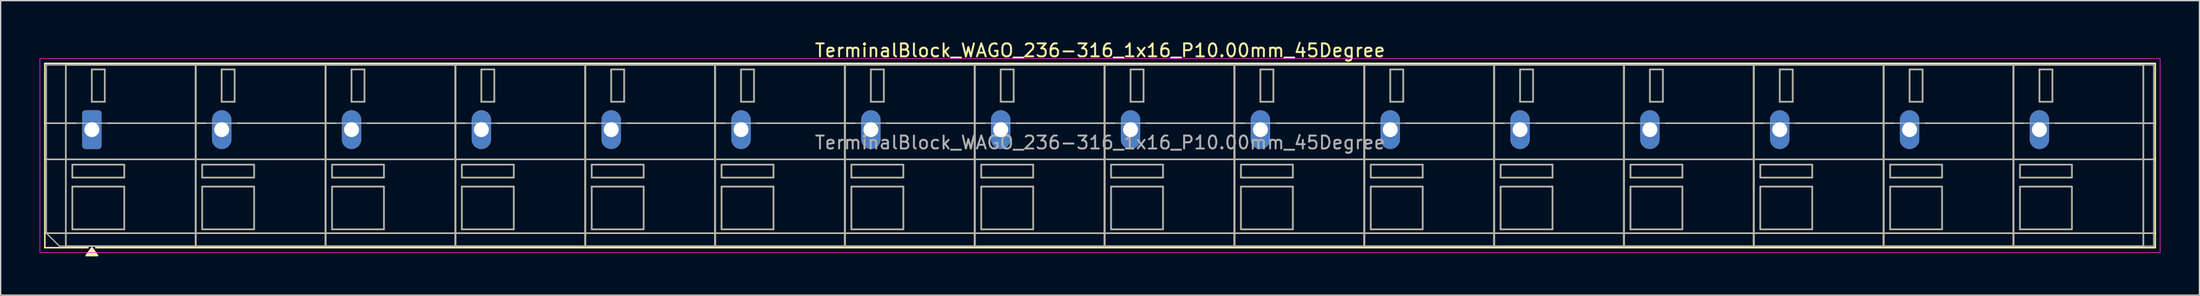
<source format=kicad_pcb>
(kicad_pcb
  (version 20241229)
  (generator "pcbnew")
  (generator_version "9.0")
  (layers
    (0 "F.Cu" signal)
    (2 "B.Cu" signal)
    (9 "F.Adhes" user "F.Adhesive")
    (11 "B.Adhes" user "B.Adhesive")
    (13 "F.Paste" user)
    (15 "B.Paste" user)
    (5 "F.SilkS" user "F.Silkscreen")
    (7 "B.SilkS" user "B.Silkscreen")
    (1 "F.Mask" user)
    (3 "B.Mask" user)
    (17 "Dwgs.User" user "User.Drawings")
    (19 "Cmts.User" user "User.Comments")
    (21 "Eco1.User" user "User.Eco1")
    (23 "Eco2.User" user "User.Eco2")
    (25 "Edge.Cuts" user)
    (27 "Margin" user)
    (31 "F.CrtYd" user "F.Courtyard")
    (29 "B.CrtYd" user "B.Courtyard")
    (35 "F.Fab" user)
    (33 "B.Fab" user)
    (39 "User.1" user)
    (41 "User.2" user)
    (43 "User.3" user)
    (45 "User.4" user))
  (footprint "TerminalBlock_WAGO_236-316_1x16_P10.00mm_45Degree"
    (layer "F.Cu")
    (at 4.025 6.968)
    (property "Reference" "TerminalBlock_WAGO_236-316_1x16_P10.00mm_45Degree" (at 77.65 -6.12 0) (layer "F.SilkS") (effects (font (size 1 1) (thickness 0.15))))
    (attr through_hole)
    (fp_line (start -3.62 -5.12) (end -3.62 9.12) (stroke (width 0.12) (type solid)) (layer "F.SilkS"))
    (fp_line (start -3.62 -5.12) (end 158.92 -5.12) (stroke (width 0.12) (type solid)) (layer "F.SilkS"))
    (fp_line (start -3.62 -0.5) (end -1.23 -0.5) (stroke (width 0.12) (type solid)) (layer "F.SilkS"))
    (fp_line (start -3.62 2.3) (end 158.92 2.3) (stroke (width 0.12) (type solid)) (layer "F.SilkS"))
    (fp_line (start -3.62 8) (end 158.92 8) (stroke (width 0.12) (type solid)) (layer "F.SilkS"))
    (fp_line (start -3.62 9.12) (end -0.3 9.12) (stroke (width 0.12) (type solid)) (layer "F.SilkS"))
    (fp_line (start -2 -5) (end -2 9) (stroke (width 0.12) (type solid)) (layer "F.SilkS"))
    (fp_line (start -2 -5) (end 8 -5) (stroke (width 0.12) (type solid)) (layer "F.SilkS"))
    (fp_line (start -2 9) (end 8 9) (stroke (width 0.12) (type solid)) (layer "F.SilkS"))
    (fp_line (start -1.5 2.7) (end -1.5 3.7) (stroke (width 0.12) (type solid)) (layer "F.SilkS"))
    (fp_line (start -1.5 2.7) (end 2.5 2.7) (stroke (width 0.12) (type solid)) (layer "F.SilkS"))
    (fp_line (start -1.5 3.7) (end 2.5 3.7) (stroke (width 0.12) (type solid)) (layer "F.SilkS"))
    (fp_line (start -1.5 4.4) (end -1.5 7.7) (stroke (width 0.12) (type solid)) (layer "F.SilkS"))
    (fp_line (start -1.5 4.4) (end 2.5 4.4) (stroke (width 0.12) (type solid)) (layer "F.SilkS"))
    (fp_line (start -1.5 7.7) (end 2.5 7.7) (stroke (width 0.12) (type solid)) (layer "F.SilkS"))
    (fp_line (start 0 -4.65) (end 0 -2.15) (stroke (width 0.12) (type solid)) (layer "F.SilkS"))
    (fp_line (start 0 -4.65) (end 1 -4.65) (stroke (width 0.12) (type solid)) (layer "F.SilkS"))
    (fp_line (start 0 -2.15) (end 1 -2.15) (stroke (width 0.12) (type solid)) (layer "F.SilkS"))
    (fp_line (start 0.3 9.12) (end 158.92 9.12) (stroke (width 0.12) (type solid)) (layer "F.SilkS"))
    (fp_line (start 1 -4.65) (end 1 -2.15) (stroke (width 0.12) (type solid)) (layer "F.SilkS"))
    (fp_line (start 1.23 -0.5) (end 8.77 -0.5) (stroke (width 0.12) (type solid)) (layer "F.SilkS"))
    (fp_line (start 2.5 2.7) (end 2.5 3.7) (stroke (width 0.12) (type solid)) (layer "F.SilkS"))
    (fp_line (start 2.5 4.4) (end 2.5 7.7) (stroke (width 0.12) (type solid)) (layer "F.SilkS"))
    (fp_line (start 8 -5) (end 8 9) (stroke (width 0.12) (type solid)) (layer "F.SilkS"))
    (fp_line (start 8 -5) (end 8 9) (stroke (width 0.12) (type solid)) (layer "F.SilkS"))
    (fp_line (start 8 -5) (end 18 -5) (stroke (width 0.12) (type solid)) (layer "F.SilkS"))
    (fp_line (start 8 9) (end 18 9) (stroke (width 0.12) (type solid)) (layer "F.SilkS"))
    (fp_line (start 8.5 2.7) (end 8.5 3.7) (stroke (width 0.12) (type solid)) (layer "F.SilkS"))
    (fp_line (start 8.5 2.7) (end 12.5 2.7) (stroke (width 0.12) (type solid)) (layer "F.SilkS"))
    (fp_line (start 8.5 3.7) (end 12.5 3.7) (stroke (width 0.12) (type solid)) (layer "F.SilkS"))
    (fp_line (start 8.5 4.4) (end 8.5 7.7) (stroke (width 0.12) (type solid)) (layer "F.SilkS"))
    (fp_line (start 8.5 4.4) (end 12.5 4.4) (stroke (width 0.12) (type solid)) (layer "F.SilkS"))
    (fp_line (start 8.5 7.7) (end 12.5 7.7) (stroke (width 0.12) (type solid)) (layer "F.SilkS"))
    (fp_line (start 10 -4.65) (end 10 -2.15) (stroke (width 0.12) (type solid)) (layer "F.SilkS"))
    (fp_line (start 10 -4.65) (end 11 -4.65) (stroke (width 0.12) (type solid)) (layer "F.SilkS"))
    (fp_line (start 10 -2.15) (end 11 -2.15) (stroke (width 0.12) (type solid)) (layer "F.SilkS"))
    (fp_line (start 11 -4.65) (end 11 -2.15) (stroke (width 0.12) (type solid)) (layer "F.SilkS"))
    (fp_line (start 11.23 -0.5) (end 18.77 -0.5) (stroke (width 0.12) (type solid)) (layer "F.SilkS"))
    (fp_line (start 12.5 2.7) (end 12.5 3.7) (stroke (width 0.12) (type solid)) (layer "F.SilkS"))
    (fp_line (start 12.5 4.4) (end 12.5 7.7) (stroke (width 0.12) (type solid)) (layer "F.SilkS"))
    (fp_line (start 18 -5) (end 18 9) (stroke (width 0.12) (type solid)) (layer "F.SilkS"))
    (fp_line (start 18 -5) (end 18 9) (stroke (width 0.12) (type solid)) (layer "F.SilkS"))
    (fp_line (start 18 -5) (end 28 -5) (stroke (width 0.12) (type solid)) (layer "F.SilkS"))
    (fp_line (start 18 9) (end 28 9) (stroke (width 0.12) (type solid)) (layer "F.SilkS"))
    (fp_line (start 18.5 2.7) (end 18.5 3.7) (stroke (width 0.12) (type solid)) (layer "F.SilkS"))
    (fp_line (start 18.5 2.7) (end 22.5 2.7) (stroke (width 0.12) (type solid)) (layer "F.SilkS"))
    (fp_line (start 18.5 3.7) (end 22.5 3.7) (stroke (width 0.12) (type solid)) (layer "F.SilkS"))
    (fp_line (start 18.5 4.4) (end 18.5 7.7) (stroke (width 0.12) (type solid)) (layer "F.SilkS"))
    (fp_line (start 18.5 4.4) (end 22.5 4.4) (stroke (width 0.12) (type solid)) (layer "F.SilkS"))
    (fp_line (start 18.5 7.7) (end 22.5 7.7) (stroke (width 0.12) (type solid)) (layer "F.SilkS"))
    (fp_line (start 20 -4.65) (end 20 -2.15) (stroke (width 0.12) (type solid)) (layer "F.SilkS"))
    (fp_line (start 20 -4.65) (end 21 -4.65) (stroke (width 0.12) (type solid)) (layer "F.SilkS"))
    (fp_line (start 20 -2.15) (end 21 -2.15) (stroke (width 0.12) (type solid)) (layer "F.SilkS"))
    (fp_line (start 21 -4.65) (end 21 -2.15) (stroke (width 0.12) (type solid)) (layer "F.SilkS"))
    (fp_line (start 21.23 -0.5) (end 28.77 -0.5) (stroke (width 0.12) (type solid)) (layer "F.SilkS"))
    (fp_line (start 22.5 2.7) (end 22.5 3.7) (stroke (width 0.12) (type solid)) (layer "F.SilkS"))
    (fp_line (start 22.5 4.4) (end 22.5 7.7) (stroke (width 0.12) (type solid)) (layer "F.SilkS"))
    (fp_line (start 28 -5) (end 28 9) (stroke (width 0.12) (type solid)) (layer "F.SilkS"))
    (fp_line (start 28 -5) (end 28 9) (stroke (width 0.12) (type solid)) (layer "F.SilkS"))
    (fp_line (start 28 -5) (end 38 -5) (stroke (width 0.12) (type solid)) (layer "F.SilkS"))
    (fp_line (start 28 9) (end 38 9) (stroke (width 0.12) (type solid)) (layer "F.SilkS"))
    (fp_line (start 28.5 2.7) (end 28.5 3.7) (stroke (width 0.12) (type solid)) (layer "F.SilkS"))
    (fp_line (start 28.5 2.7) (end 32.5 2.7) (stroke (width 0.12) (type solid)) (layer "F.SilkS"))
    (fp_line (start 28.5 3.7) (end 32.5 3.7) (stroke (width 0.12) (type solid)) (layer "F.SilkS"))
    (fp_line (start 28.5 4.4) (end 28.5 7.7) (stroke (width 0.12) (type solid)) (layer "F.SilkS"))
    (fp_line (start 28.5 4.4) (end 32.5 4.4) (stroke (width 0.12) (type solid)) (layer "F.SilkS"))
    (fp_line (start 28.5 7.7) (end 32.5 7.7) (stroke (width 0.12) (type solid)) (layer "F.SilkS"))
    (fp_line (start 30 -4.65) (end 30 -2.15) (stroke (width 0.12) (type solid)) (layer "F.SilkS"))
    (fp_line (start 30 -4.65) (end 31 -4.65) (stroke (width 0.12) (type solid)) (layer "F.SilkS"))
    (fp_line (start 30 -2.15) (end 31 -2.15) (stroke (width 0.12) (type solid)) (layer "F.SilkS"))
    (fp_line (start 31 -4.65) (end 31 -2.15) (stroke (width 0.12) (type solid)) (layer "F.SilkS"))
    (fp_line (start 31.23 -0.5) (end 38.77 -0.5) (stroke (width 0.12) (type solid)) (layer "F.SilkS"))
    (fp_line (start 32.5 2.7) (end 32.5 3.7) (stroke (width 0.12) (type solid)) (layer "F.SilkS"))
    (fp_line (start 32.5 4.4) (end 32.5 7.7) (stroke (width 0.12) (type solid)) (layer "F.SilkS"))
    (fp_line (start 38 -5) (end 38 9) (stroke (width 0.12) (type solid)) (layer "F.SilkS"))
    (fp_line (start 38 -5) (end 38 9) (stroke (width 0.12) (type solid)) (layer "F.SilkS"))
    (fp_line (start 38 -5) (end 48 -5) (stroke (width 0.12) (type solid)) (layer "F.SilkS"))
    (fp_line (start 38 9) (end 48 9) (stroke (width 0.12) (type solid)) (layer "F.SilkS"))
    (fp_line (start 38.5 2.7) (end 38.5 3.7) (stroke (width 0.12) (type solid)) (layer "F.SilkS"))
    (fp_line (start 38.5 2.7) (end 42.5 2.7) (stroke (width 0.12) (type solid)) (layer "F.SilkS"))
    (fp_line (start 38.5 3.7) (end 42.5 3.7) (stroke (width 0.12) (type solid)) (layer "F.SilkS"))
    (fp_line (start 38.5 4.4) (end 38.5 7.7) (stroke (width 0.12) (type solid)) (layer "F.SilkS"))
    (fp_line (start 38.5 4.4) (end 42.5 4.4) (stroke (width 0.12) (type solid)) (layer "F.SilkS"))
    (fp_line (start 38.5 7.7) (end 42.5 7.7) (stroke (width 0.12) (type solid)) (layer "F.SilkS"))
    (fp_line (start 40 -4.65) (end 40 -2.15) (stroke (width 0.12) (type solid)) (layer "F.SilkS"))
    (fp_line (start 40 -4.65) (end 41 -4.65) (stroke (width 0.12) (type solid)) (layer "F.SilkS"))
    (fp_line (start 40 -2.15) (end 41 -2.15) (stroke (width 0.12) (type solid)) (layer "F.SilkS"))
    (fp_line (start 41 -4.65) (end 41 -2.15) (stroke (width 0.12) (type solid)) (layer "F.SilkS"))
    (fp_line (start 41.23 -0.5) (end 48.77 -0.5) (stroke (width 0.12) (type solid)) (layer "F.SilkS"))
    (fp_line (start 42.5 2.7) (end 42.5 3.7) (stroke (width 0.12) (type solid)) (layer "F.SilkS"))
    (fp_line (start 42.5 4.4) (end 42.5 7.7) (stroke (width 0.12) (type solid)) (layer "F.SilkS"))
    (fp_line (start 48 -5) (end 48 9) (stroke (width 0.12) (type solid)) (layer "F.SilkS"))
    (fp_line (start 48 -5) (end 48 9) (stroke (width 0.12) (type solid)) (layer "F.SilkS"))
    (fp_line (start 48 -5) (end 58 -5) (stroke (width 0.12) (type solid)) (layer "F.SilkS"))
    (fp_line (start 48 9) (end 58 9) (stroke (width 0.12) (type solid)) (layer "F.SilkS"))
    (fp_line (start 48.5 2.7) (end 48.5 3.7) (stroke (width 0.12) (type solid)) (layer "F.SilkS"))
    (fp_line (start 48.5 2.7) (end 52.5 2.7) (stroke (width 0.12) (type solid)) (layer "F.SilkS"))
    (fp_line (start 48.5 3.7) (end 52.5 3.7) (stroke (width 0.12) (type solid)) (layer "F.SilkS"))
    (fp_line (start 48.5 4.4) (end 48.5 7.7) (stroke (width 0.12) (type solid)) (layer "F.SilkS"))
    (fp_line (start 48.5 4.4) (end 52.5 4.4) (stroke (width 0.12) (type solid)) (layer "F.SilkS"))
    (fp_line (start 48.5 7.7) (end 52.5 7.7) (stroke (width 0.12) (type solid)) (layer "F.SilkS"))
    (fp_line (start 50 -4.65) (end 50 -2.15) (stroke (width 0.12) (type solid)) (layer "F.SilkS"))
    (fp_line (start 50 -4.65) (end 51 -4.65) (stroke (width 0.12) (type solid)) (layer "F.SilkS"))
    (fp_line (start 50 -2.15) (end 51 -2.15) (stroke (width 0.12) (type solid)) (layer "F.SilkS"))
    (fp_line (start 51 -4.65) (end 51 -2.15) (stroke (width 0.12) (type solid)) (layer "F.SilkS"))
    (fp_line (start 51.23 -0.5) (end 58.77 -0.5) (stroke (width 0.12) (type solid)) (layer "F.SilkS"))
    (fp_line (start 52.5 2.7) (end 52.5 3.7) (stroke (width 0.12) (type solid)) (layer "F.SilkS"))
    (fp_line (start 52.5 4.4) (end 52.5 7.7) (stroke (width 0.12) (type solid)) (layer "F.SilkS"))
    (fp_line (start 58 -5) (end 58 9) (stroke (width 0.12) (type solid)) (layer "F.SilkS"))
    (fp_line (start 58 -5) (end 58 9) (stroke (width 0.12) (type solid)) (layer "F.SilkS"))
    (fp_line (start 58 -5) (end 68 -5) (stroke (width 0.12) (type solid)) (layer "F.SilkS"))
    (fp_line (start 58 9) (end 68 9) (stroke (width 0.12) (type solid)) (layer "F.SilkS"))
    (fp_line (start 58.5 2.7) (end 58.5 3.7) (stroke (width 0.12) (type solid)) (layer "F.SilkS"))
    (fp_line (start 58.5 2.7) (end 62.5 2.7) (stroke (width 0.12) (type solid)) (layer "F.SilkS"))
    (fp_line (start 58.5 3.7) (end 62.5 3.7) (stroke (width 0.12) (type solid)) (layer "F.SilkS"))
    (fp_line (start 58.5 4.4) (end 58.5 7.7) (stroke (width 0.12) (type solid)) (layer "F.SilkS"))
    (fp_line (start 58.5 4.4) (end 62.5 4.4) (stroke (width 0.12) (type solid)) (layer "F.SilkS"))
    (fp_line (start 58.5 7.7) (end 62.5 7.7) (stroke (width 0.12) (type solid)) (layer "F.SilkS"))
    (fp_line (start 60 -4.65) (end 60 -2.15) (stroke (width 0.12) (type solid)) (layer "F.SilkS"))
    (fp_line (start 60 -4.65) (end 61 -4.65) (stroke (width 0.12) (type solid)) (layer "F.SilkS"))
    (fp_line (start 60 -2.15) (end 61 -2.15) (stroke (width 0.12) (type solid)) (layer "F.SilkS"))
    (fp_line (start 61 -4.65) (end 61 -2.15) (stroke (width 0.12) (type solid)) (layer "F.SilkS"))
    (fp_line (start 61.23 -0.5) (end 68.77 -0.5) (stroke (width 0.12) (type solid)) (layer "F.SilkS"))
    (fp_line (start 62.5 2.7) (end 62.5 3.7) (stroke (width 0.12) (type solid)) (layer "F.SilkS"))
    (fp_line (start 62.5 4.4) (end 62.5 7.7) (stroke (width 0.12) (type solid)) (layer "F.SilkS"))
    (fp_line (start 68 -5) (end 68 9) (stroke (width 0.12) (type solid)) (layer "F.SilkS"))
    (fp_line (start 68 -5) (end 68 9) (stroke (width 0.12) (type solid)) (layer "F.SilkS"))
    (fp_line (start 68 -5) (end 78 -5) (stroke (width 0.12) (type solid)) (layer "F.SilkS"))
    (fp_line (start 68 9) (end 78 9) (stroke (width 0.12) (type solid)) (layer "F.SilkS"))
    (fp_line (start 68.5 2.7) (end 68.5 3.7) (stroke (width 0.12) (type solid)) (layer "F.SilkS"))
    (fp_line (start 68.5 2.7) (end 72.5 2.7) (stroke (width 0.12) (type solid)) (layer "F.SilkS"))
    (fp_line (start 68.5 3.7) (end 72.5 3.7) (stroke (width 0.12) (type solid)) (layer "F.SilkS"))
    (fp_line (start 68.5 4.4) (end 68.5 7.7) (stroke (width 0.12) (type solid)) (layer "F.SilkS"))
    (fp_line (start 68.5 4.4) (end 72.5 4.4) (stroke (width 0.12) (type solid)) (layer "F.SilkS"))
    (fp_line (start 68.5 7.7) (end 72.5 7.7) (stroke (width 0.12) (type solid)) (layer "F.SilkS"))
    (fp_line (start 70 -4.65) (end 70 -2.15) (stroke (width 0.12) (type solid)) (layer "F.SilkS"))
    (fp_line (start 70 -4.65) (end 71 -4.65) (stroke (width 0.12) (type solid)) (layer "F.SilkS"))
    (fp_line (start 70 -2.15) (end 71 -2.15) (stroke (width 0.12) (type solid)) (layer "F.SilkS"))
    (fp_line (start 71 -4.65) (end 71 -2.15) (stroke (width 0.12) (type solid)) (layer "F.SilkS"))
    (fp_line (start 71.23 -0.5) (end 78.77 -0.5) (stroke (width 0.12) (type solid)) (layer "F.SilkS"))
    (fp_line (start 72.5 2.7) (end 72.5 3.7) (stroke (width 0.12) (type solid)) (layer "F.SilkS"))
    (fp_line (start 72.5 4.4) (end 72.5 7.7) (stroke (width 0.12) (type solid)) (layer "F.SilkS"))
    (fp_line (start 78 -5) (end 78 9) (stroke (width 0.12) (type solid)) (layer "F.SilkS"))
    (fp_line (start 78 -5) (end 78 9) (stroke (width 0.12) (type solid)) (layer "F.SilkS"))
    (fp_line (start 78 -5) (end 88 -5) (stroke (width 0.12) (type solid)) (layer "F.SilkS"))
    (fp_line (start 78 9) (end 88 9) (stroke (width 0.12) (type solid)) (layer "F.SilkS"))
    (fp_line (start 78.5 2.7) (end 78.5 3.7) (stroke (width 0.12) (type solid)) (layer "F.SilkS"))
    (fp_line (start 78.5 2.7) (end 82.5 2.7) (stroke (width 0.12) (type solid)) (layer "F.SilkS"))
    (fp_line (start 78.5 3.7) (end 82.5 3.7) (stroke (width 0.12) (type solid)) (layer "F.SilkS"))
    (fp_line (start 78.5 4.4) (end 78.5 7.7) (stroke (width 0.12) (type solid)) (layer "F.SilkS"))
    (fp_line (start 78.5 4.4) (end 82.5 4.4) (stroke (width 0.12) (type solid)) (layer "F.SilkS"))
    (fp_line (start 78.5 7.7) (end 82.5 7.7) (stroke (width 0.12) (type solid)) (layer "F.SilkS"))
    (fp_line (start 80 -4.65) (end 80 -2.15) (stroke (width 0.12) (type solid)) (layer "F.SilkS"))
    (fp_line (start 80 -4.65) (end 81 -4.65) (stroke (width 0.12) (type solid)) (layer "F.SilkS"))
    (fp_line (start 80 -2.15) (end 81 -2.15) (stroke (width 0.12) (type solid)) (layer "F.SilkS"))
    (fp_line (start 81 -4.65) (end 81 -2.15) (stroke (width 0.12) (type solid)) (layer "F.SilkS"))
    (fp_line (start 81.23 -0.5) (end 88.77 -0.5) (stroke (width 0.12) (type solid)) (layer "F.SilkS"))
    (fp_line (start 82.5 2.7) (end 82.5 3.7) (stroke (width 0.12) (type solid)) (layer "F.SilkS"))
    (fp_line (start 82.5 4.4) (end 82.5 7.7) (stroke (width 0.12) (type solid)) (layer "F.SilkS"))
    (fp_line (start 88 -5) (end 88 9) (stroke (width 0.12) (type solid)) (layer "F.SilkS"))
    (fp_line (start 88 -5) (end 88 9) (stroke (width 0.12) (type solid)) (layer "F.SilkS"))
    (fp_line (start 88 -5) (end 98 -5) (stroke (width 0.12) (type solid)) (layer "F.SilkS"))
    (fp_line (start 88 9) (end 98 9) (stroke (width 0.12) (type solid)) (layer "F.SilkS"))
    (fp_line (start 88.5 2.7) (end 88.5 3.7) (stroke (width 0.12) (type solid)) (layer "F.SilkS"))
    (fp_line (start 88.5 2.7) (end 92.5 2.7) (stroke (width 0.12) (type solid)) (layer "F.SilkS"))
    (fp_line (start 88.5 3.7) (end 92.5 3.7) (stroke (width 0.12) (type solid)) (layer "F.SilkS"))
    (fp_line (start 88.5 4.4) (end 88.5 7.7) (stroke (width 0.12) (type solid)) (layer "F.SilkS"))
    (fp_line (start 88.5 4.4) (end 92.5 4.4) (stroke (width 0.12) (type solid)) (layer "F.SilkS"))
    (fp_line (start 88.5 7.7) (end 92.5 7.7) (stroke (width 0.12) (type solid)) (layer "F.SilkS"))
    (fp_line (start 90 -4.65) (end 90 -2.15) (stroke (width 0.12) (type solid)) (layer "F.SilkS"))
    (fp_line (start 90 -4.65) (end 91 -4.65) (stroke (width 0.12) (type solid)) (layer "F.SilkS"))
    (fp_line (start 90 -2.15) (end 91 -2.15) (stroke (width 0.12) (type solid)) (layer "F.SilkS"))
    (fp_line (start 91 -4.65) (end 91 -2.15) (stroke (width 0.12) (type solid)) (layer "F.SilkS"))
    (fp_line (start 91.23 -0.5) (end 98.77 -0.5) (stroke (width 0.12) (type solid)) (layer "F.SilkS"))
    (fp_line (start 92.5 2.7) (end 92.5 3.7) (stroke (width 0.12) (type solid)) (layer "F.SilkS"))
    (fp_line (start 92.5 4.4) (end 92.5 7.7) (stroke (width 0.12) (type solid)) (layer "F.SilkS"))
    (fp_line (start 98 -5) (end 98 9) (stroke (width 0.12) (type solid)) (layer "F.SilkS"))
    (fp_line (start 98 -5) (end 98 9) (stroke (width 0.12) (type solid)) (layer "F.SilkS"))
    (fp_line (start 98 -5) (end 108 -5) (stroke (width 0.12) (type solid)) (layer "F.SilkS"))
    (fp_line (start 98 9) (end 108 9) (stroke (width 0.12) (type solid)) (layer "F.SilkS"))
    (fp_line (start 98.5 2.7) (end 98.5 3.7) (stroke (width 0.12) (type solid)) (layer "F.SilkS"))
    (fp_line (start 98.5 2.7) (end 102.5 2.7) (stroke (width 0.12) (type solid)) (layer "F.SilkS"))
    (fp_line (start 98.5 3.7) (end 102.5 3.7) (stroke (width 0.12) (type solid)) (layer "F.SilkS"))
    (fp_line (start 98.5 4.4) (end 98.5 7.7) (stroke (width 0.12) (type solid)) (layer "F.SilkS"))
    (fp_line (start 98.5 4.4) (end 102.5 4.4) (stroke (width 0.12) (type solid)) (layer "F.SilkS"))
    (fp_line (start 98.5 7.7) (end 102.5 7.7) (stroke (width 0.12) (type solid)) (layer "F.SilkS"))
    (fp_line (start 100 -4.65) (end 100 -2.15) (stroke (width 0.12) (type solid)) (layer "F.SilkS"))
    (fp_line (start 100 -4.65) (end 101 -4.65) (stroke (width 0.12) (type solid)) (layer "F.SilkS"))
    (fp_line (start 100 -2.15) (end 101 -2.15) (stroke (width 0.12) (type solid)) (layer "F.SilkS"))
    (fp_line (start 101 -4.65) (end 101 -2.15) (stroke (width 0.12) (type solid)) (layer "F.SilkS"))
    (fp_line (start 101.23 -0.5) (end 108.77 -0.5) (stroke (width 0.12) (type solid)) (layer "F.SilkS"))
    (fp_line (start 102.5 2.7) (end 102.5 3.7) (stroke (width 0.12) (type solid)) (layer "F.SilkS"))
    (fp_line (start 102.5 4.4) (end 102.5 7.7) (stroke (width 0.12) (type solid)) (layer "F.SilkS"))
    (fp_line (start 108 -5) (end 108 9) (stroke (width 0.12) (type solid)) (layer "F.SilkS"))
    (fp_line (start 108 -5) (end 108 9) (stroke (width 0.12) (type solid)) (layer "F.SilkS"))
    (fp_line (start 108 -5) (end 118 -5) (stroke (width 0.12) (type solid)) (layer "F.SilkS"))
    (fp_line (start 108 9) (end 118 9) (stroke (width 0.12) (type solid)) (layer "F.SilkS"))
    (fp_line (start 108.5 2.7) (end 108.5 3.7) (stroke (width 0.12) (type solid)) (layer "F.SilkS"))
    (fp_line (start 108.5 2.7) (end 112.5 2.7) (stroke (width 0.12) (type solid)) (layer "F.SilkS"))
    (fp_line (start 108.5 3.7) (end 112.5 3.7) (stroke (width 0.12) (type solid)) (layer "F.SilkS"))
    (fp_line (start 108.5 4.4) (end 108.5 7.7) (stroke (width 0.12) (type solid)) (layer "F.SilkS"))
    (fp_line (start 108.5 4.4) (end 112.5 4.4) (stroke (width 0.12) (type solid)) (layer "F.SilkS"))
    (fp_line (start 108.5 7.7) (end 112.5 7.7) (stroke (width 0.12) (type solid)) (layer "F.SilkS"))
    (fp_line (start 110 -4.65) (end 110 -2.15) (stroke (width 0.12) (type solid)) (layer "F.SilkS"))
    (fp_line (start 110 -4.65) (end 111 -4.65) (stroke (width 0.12) (type solid)) (layer "F.SilkS"))
    (fp_line (start 110 -2.15) (end 111 -2.15) (stroke (width 0.12) (type solid)) (layer "F.SilkS"))
    (fp_line (start 111 -4.65) (end 111 -2.15) (stroke (width 0.12) (type solid)) (layer "F.SilkS"))
    (fp_line (start 111.23 -0.5) (end 118.77 -0.5) (stroke (width 0.12) (type solid)) (layer "F.SilkS"))
    (fp_line (start 112.5 2.7) (end 112.5 3.7) (stroke (width 0.12) (type solid)) (layer "F.SilkS"))
    (fp_line (start 112.5 4.4) (end 112.5 7.7) (stroke (width 0.12) (type solid)) (layer "F.SilkS"))
    (fp_line (start 118 -5) (end 118 9) (stroke (width 0.12) (type solid)) (layer "F.SilkS"))
    (fp_line (start 118 -5) (end 118 9) (stroke (width 0.12) (type solid)) (layer "F.SilkS"))
    (fp_line (start 118 -5) (end 128 -5) (stroke (width 0.12) (type solid)) (layer "F.SilkS"))
    (fp_line (start 118 9) (end 128 9) (stroke (width 0.12) (type solid)) (layer "F.SilkS"))
    (fp_line (start 118.5 2.7) (end 118.5 3.7) (stroke (width 0.12) (type solid)) (layer "F.SilkS"))
    (fp_line (start 118.5 2.7) (end 122.5 2.7) (stroke (width 0.12) (type solid)) (layer "F.SilkS"))
    (fp_line (start 118.5 3.7) (end 122.5 3.7) (stroke (width 0.12) (type solid)) (layer "F.SilkS"))
    (fp_line (start 118.5 4.4) (end 118.5 7.7) (stroke (width 0.12) (type solid)) (layer "F.SilkS"))
    (fp_line (start 118.5 4.4) (end 122.5 4.4) (stroke (width 0.12) (type solid)) (layer "F.SilkS"))
    (fp_line (start 118.5 7.7) (end 122.5 7.7) (stroke (width 0.12) (type solid)) (layer "F.SilkS"))
    (fp_line (start 120 -4.65) (end 120 -2.15) (stroke (width 0.12) (type solid)) (layer "F.SilkS"))
    (fp_line (start 120 -4.65) (end 121 -4.65) (stroke (width 0.12) (type solid)) (layer "F.SilkS"))
    (fp_line (start 120 -2.15) (end 121 -2.15) (stroke (width 0.12) (type solid)) (layer "F.SilkS"))
    (fp_line (start 121 -4.65) (end 121 -2.15) (stroke (width 0.12) (type solid)) (layer "F.SilkS"))
    (fp_line (start 121.23 -0.5) (end 128.77 -0.5) (stroke (width 0.12) (type solid)) (layer "F.SilkS"))
    (fp_line (start 122.5 2.7) (end 122.5 3.7) (stroke (width 0.12) (type solid)) (layer "F.SilkS"))
    (fp_line (start 122.5 4.4) (end 122.5 7.7) (stroke (width 0.12) (type solid)) (layer "F.SilkS"))
    (fp_line (start 128 -5) (end 128 9) (stroke (width 0.12) (type solid)) (layer "F.SilkS"))
    (fp_line (start 128 -5) (end 128 9) (stroke (width 0.12) (type solid)) (layer "F.SilkS"))
    (fp_line (start 128 -5) (end 138 -5) (stroke (width 0.12) (type solid)) (layer "F.SilkS"))
    (fp_line (start 128 9) (end 138 9) (stroke (width 0.12) (type solid)) (layer "F.SilkS"))
    (fp_line (start 128.5 2.7) (end 128.5 3.7) (stroke (width 0.12) (type solid)) (layer "F.SilkS"))
    (fp_line (start 128.5 2.7) (end 132.5 2.7) (stroke (width 0.12) (type solid)) (layer "F.SilkS"))
    (fp_line (start 128.5 3.7) (end 132.5 3.7) (stroke (width 0.12) (type solid)) (layer "F.SilkS"))
    (fp_line (start 128.5 4.4) (end 128.5 7.7) (stroke (width 0.12) (type solid)) (layer "F.SilkS"))
    (fp_line (start 128.5 4.4) (end 132.5 4.4) (stroke (width 0.12) (type solid)) (layer "F.SilkS"))
    (fp_line (start 128.5 7.7) (end 132.5 7.7) (stroke (width 0.12) (type solid)) (layer "F.SilkS"))
    (fp_line (start 130 -4.65) (end 130 -2.15) (stroke (width 0.12) (type solid)) (layer "F.SilkS"))
    (fp_line (start 130 -4.65) (end 131 -4.65) (stroke (width 0.12) (type solid)) (layer "F.SilkS"))
    (fp_line (start 130 -2.15) (end 131 -2.15) (stroke (width 0.12) (type solid)) (layer "F.SilkS"))
    (fp_line (start 131 -4.65) (end 131 -2.15) (stroke (width 0.12) (type solid)) (layer "F.SilkS"))
    (fp_line (start 131.23 -0.5) (end 138.77 -0.5) (stroke (width 0.12) (type solid)) (layer "F.SilkS"))
    (fp_line (start 132.5 2.7) (end 132.5 3.7) (stroke (width 0.12) (type solid)) (layer "F.SilkS"))
    (fp_line (start 132.5 4.4) (end 132.5 7.7) (stroke (width 0.12) (type solid)) (layer "F.SilkS"))
    (fp_line (start 138 -5) (end 138 9) (stroke (width 0.12) (type solid)) (layer "F.SilkS"))
    (fp_line (start 138 -5) (end 138 9) (stroke (width 0.12) (type solid)) (layer "F.SilkS"))
    (fp_line (start 138 -5) (end 148 -5) (stroke (width 0.12) (type solid)) (layer "F.SilkS"))
    (fp_line (start 138 9) (end 148 9) (stroke (width 0.12) (type solid)) (layer "F.SilkS"))
    (fp_line (start 138.5 2.7) (end 138.5 3.7) (stroke (width 0.12) (type solid)) (layer "F.SilkS"))
    (fp_line (start 138.5 2.7) (end 142.5 2.7) (stroke (width 0.12) (type solid)) (layer "F.SilkS"))
    (fp_line (start 138.5 3.7) (end 142.5 3.7) (stroke (width 0.12) (type solid)) (layer "F.SilkS"))
    (fp_line (start 138.5 4.4) (end 138.5 7.7) (stroke (width 0.12) (type solid)) (layer "F.SilkS"))
    (fp_line (start 138.5 4.4) (end 142.5 4.4) (stroke (width 0.12) (type solid)) (layer "F.SilkS"))
    (fp_line (start 138.5 7.7) (end 142.5 7.7) (stroke (width 0.12) (type solid)) (layer "F.SilkS"))
    (fp_line (start 140 -4.65) (end 140 -2.15) (stroke (width 0.12) (type solid)) (layer "F.SilkS"))
    (fp_line (start 140 -4.65) (end 141 -4.65) (stroke (width 0.12) (type solid)) (layer "F.SilkS"))
    (fp_line (start 140 -2.15) (end 141 -2.15) (stroke (width 0.12) (type solid)) (layer "F.SilkS"))
    (fp_line (start 141 -4.65) (end 141 -2.15) (stroke (width 0.12) (type solid)) (layer "F.SilkS"))
    (fp_line (start 141.23 -0.5) (end 148.77 -0.5) (stroke (width 0.12) (type solid)) (layer "F.SilkS"))
    (fp_line (start 142.5 2.7) (end 142.5 3.7) (stroke (width 0.12) (type solid)) (layer "F.SilkS"))
    (fp_line (start 142.5 4.4) (end 142.5 7.7) (stroke (width 0.12) (type solid)) (layer "F.SilkS"))
    (fp_line (start 148 -5) (end 148 9) (stroke (width 0.12) (type solid)) (layer "F.SilkS"))
    (fp_line (start 148 -5) (end 148 9) (stroke (width 0.12) (type solid)) (layer "F.SilkS"))
    (fp_line (start 148 -5) (end 158 -5) (stroke (width 0.12) (type solid)) (layer "F.SilkS"))
    (fp_line (start 148 9) (end 158 9) (stroke (width 0.12) (type solid)) (layer "F.SilkS"))
    (fp_line (start 148.5 2.7) (end 148.5 3.7) (stroke (width 0.12) (type solid)) (layer "F.SilkS"))
    (fp_line (start 148.5 2.7) (end 152.5 2.7) (stroke (width 0.12) (type solid)) (layer "F.SilkS"))
    (fp_line (start 148.5 3.7) (end 152.5 3.7) (stroke (width 0.12) (type solid)) (layer "F.SilkS"))
    (fp_line (start 148.5 4.4) (end 148.5 7.7) (stroke (width 0.12) (type solid)) (layer "F.SilkS"))
    (fp_line (start 148.5 4.4) (end 152.5 4.4) (stroke (width 0.12) (type solid)) (layer "F.SilkS"))
    (fp_line (start 148.5 7.7) (end 152.5 7.7) (stroke (width 0.12) (type solid)) (layer "F.SilkS"))
    (fp_line (start 150 -4.65) (end 150 -2.15) (stroke (width 0.12) (type solid)) (layer "F.SilkS"))
    (fp_line (start 150 -4.65) (end 151 -4.65) (stroke (width 0.12) (type solid)) (layer "F.SilkS"))
    (fp_line (start 150 -2.15) (end 151 -2.15) (stroke (width 0.12) (type solid)) (layer "F.SilkS"))
    (fp_line (start 151 -4.65) (end 151 -2.15) (stroke (width 0.12) (type solid)) (layer "F.SilkS"))
    (fp_line (start 151.23 -0.5) (end 158.92 -0.5) (stroke (width 0.12) (type solid)) (layer "F.SilkS"))
    (fp_line (start 152.5 2.7) (end 152.5 3.7) (stroke (width 0.12) (type solid)) (layer "F.SilkS"))
    (fp_line (start 152.5 4.4) (end 152.5 7.7) (stroke (width 0.12) (type solid)) (layer "F.SilkS"))
    (fp_line (start 158 -5) (end 158 9) (stroke (width 0.12) (type solid)) (layer "F.SilkS"))
    (fp_line (start 158.92 -5.12) (end 158.92 9.12) (stroke (width 0.12) (type solid)) (layer "F.SilkS"))
    (fp_poly (pts (xy 0 9.12) (xy 0.44 9.73) (xy -0.44 9.73)) (stroke (width 0.12) (type solid)) (fill yes) (layer "F.SilkS"))
    (fp_line (start -4 -5.5) (end -4 9.5) (stroke (width 0.05) (type solid)) (layer "F.CrtYd"))
    (fp_line (start -4 9.5) (end 159.3 9.5) (stroke (width 0.05) (type solid)) (layer "F.CrtYd"))
    (fp_line (start 159.3 -5.5) (end -4 -5.5) (stroke (width 0.05) (type solid)) (layer "F.CrtYd"))
    (fp_line (start 159.3 9.5) (end 159.3 -5.5) (stroke (width 0.05) (type solid)) (layer "F.CrtYd"))
    (fp_line (start -3.5 -5) (end 158.8 -5) (stroke (width 0.1) (type solid)) (layer "F.Fab"))
    (fp_line (start -3.5 -0.5) (end 158.8 -0.5) (stroke (width 0.1) (type solid)) (layer "F.Fab"))
    (fp_line (start -3.5 2.3) (end 158.8 2.3) (stroke (width 0.1) (type solid)) (layer "F.Fab"))
    (fp_line (start -3.5 8) (end -3.5 -5) (stroke (width 0.1) (type solid)) (layer "F.Fab"))
    (fp_line (start -3.5 8) (end 158.8 8) (stroke (width 0.1) (type solid)) (layer "F.Fab"))
    (fp_line (start -2.5 9) (end -3.5 8) (stroke (width 0.1) (type solid)) (layer "F.Fab"))
    (fp_line (start -2 -5) (end -2 9) (stroke (width 0.1) (type solid)) (layer "F.Fab"))
    (fp_line (start -2 9) (end 8 9) (stroke (width 0.1) (type solid)) (layer "F.Fab"))
    (fp_line (start -1.5 2.7) (end -1.5 3.7) (stroke (width 0.1) (type solid)) (layer "F.Fab"))
    (fp_line (start -1.5 3.7) (end 2.5 3.7) (stroke (width 0.1) (type solid)) (layer "F.Fab"))
    (fp_line (start -1.5 4.4) (end -1.5 7.7) (stroke (width 0.1) (type solid)) (layer "F.Fab"))
    (fp_line (start -1.5 7.7) (end 2.5 7.7) (stroke (width 0.1) (type solid)) (layer "F.Fab"))
    (fp_line (start 0 -4.65) (end 0 -2.15) (stroke (width 0.1) (type solid)) (layer "F.Fab"))
    (fp_line (start 0 -2.15) (end 1 -2.15) (stroke (width 0.1) (type solid)) (layer "F.Fab"))
    (fp_line (start 1 -4.65) (end 0 -4.65) (stroke (width 0.1) (type solid)) (layer "F.Fab"))
    (fp_line (start 1 -2.15) (end 1 -4.65) (stroke (width 0.1) (type solid)) (layer "F.Fab"))
    (fp_line (start 2.5 2.7) (end -1.5 2.7) (stroke (width 0.1) (type solid)) (layer "F.Fab"))
    (fp_line (start 2.5 3.7) (end 2.5 2.7) (stroke (width 0.1) (type solid)) (layer "F.Fab"))
    (fp_line (start 2.5 4.4) (end -1.5 4.4) (stroke (width 0.1) (type solid)) (layer "F.Fab"))
    (fp_line (start 2.5 7.7) (end 2.5 4.4) (stroke (width 0.1) (type solid)) (layer "F.Fab"))
    (fp_line (start 8 -5) (end -2 -5) (stroke (width 0.1) (type solid)) (layer "F.Fab"))
    (fp_line (start 8 -5) (end 8 9) (stroke (width 0.1) (type solid)) (layer "F.Fab"))
    (fp_line (start 8 9) (end 8 -5) (stroke (width 0.1) (type solid)) (layer "F.Fab"))
    (fp_line (start 8 9) (end 18 9) (stroke (width 0.1) (type solid)) (layer "F.Fab"))
    (fp_line (start 8.5 2.7) (end 8.5 3.7) (stroke (width 0.1) (type solid)) (layer "F.Fab"))
    (fp_line (start 8.5 3.7) (end 12.5 3.7) (stroke (width 0.1) (type solid)) (layer "F.Fab"))
    (fp_line (start 8.5 4.4) (end 8.5 7.7) (stroke (width 0.1) (type solid)) (layer "F.Fab"))
    (fp_line (start 8.5 7.7) (end 12.5 7.7) (stroke (width 0.1) (type solid)) (layer "F.Fab"))
    (fp_line (start 10 -4.65) (end 10 -2.15) (stroke (width 0.1) (type solid)) (layer "F.Fab"))
    (fp_line (start 10 -2.15) (end 11 -2.15) (stroke (width 0.1) (type solid)) (layer "F.Fab"))
    (fp_line (start 11 -4.65) (end 10 -4.65) (stroke (width 0.1) (type solid)) (layer "F.Fab"))
    (fp_line (start 11 -2.15) (end 11 -4.65) (stroke (width 0.1) (type solid)) (layer "F.Fab"))
    (fp_line (start 12.5 2.7) (end 8.5 2.7) (stroke (width 0.1) (type solid)) (layer "F.Fab"))
    (fp_line (start 12.5 3.7) (end 12.5 2.7) (stroke (width 0.1) (type solid)) (layer "F.Fab"))
    (fp_line (start 12.5 4.4) (end 8.5 4.4) (stroke (width 0.1) (type solid)) (layer "F.Fab"))
    (fp_line (start 12.5 7.7) (end 12.5 4.4) (stroke (width 0.1) (type solid)) (layer "F.Fab"))
    (fp_line (start 18 -5) (end 8 -5) (stroke (width 0.1) (type solid)) (layer "F.Fab"))
    (fp_line (start 18 -5) (end 18 9) (stroke (width 0.1) (type solid)) (layer "F.Fab"))
    (fp_line (start 18 9) (end 18 -5) (stroke (width 0.1) (type solid)) (layer "F.Fab"))
    (fp_line (start 18 9) (end 28 9) (stroke (width 0.1) (type solid)) (layer "F.Fab"))
    (fp_line (start 18.5 2.7) (end 18.5 3.7) (stroke (width 0.1) (type solid)) (layer "F.Fab"))
    (fp_line (start 18.5 3.7) (end 22.5 3.7) (stroke (width 0.1) (type solid)) (layer "F.Fab"))
    (fp_line (start 18.5 4.4) (end 18.5 7.7) (stroke (width 0.1) (type solid)) (layer "F.Fab"))
    (fp_line (start 18.5 7.7) (end 22.5 7.7) (stroke (width 0.1) (type solid)) (layer "F.Fab"))
    (fp_line (start 20 -4.65) (end 20 -2.15) (stroke (width 0.1) (type solid)) (layer "F.Fab"))
    (fp_line (start 20 -2.15) (end 21 -2.15) (stroke (width 0.1) (type solid)) (layer "F.Fab"))
    (fp_line (start 21 -4.65) (end 20 -4.65) (stroke (width 0.1) (type solid)) (layer "F.Fab"))
    (fp_line (start 21 -2.15) (end 21 -4.65) (stroke (width 0.1) (type solid)) (layer "F.Fab"))
    (fp_line (start 22.5 2.7) (end 18.5 2.7) (stroke (width 0.1) (type solid)) (layer "F.Fab"))
    (fp_line (start 22.5 3.7) (end 22.5 2.7) (stroke (width 0.1) (type solid)) (layer "F.Fab"))
    (fp_line (start 22.5 4.4) (end 18.5 4.4) (stroke (width 0.1) (type solid)) (layer "F.Fab"))
    (fp_line (start 22.5 7.7) (end 22.5 4.4) (stroke (width 0.1) (type solid)) (layer "F.Fab"))
    (fp_line (start 28 -5) (end 18 -5) (stroke (width 0.1) (type solid)) (layer "F.Fab"))
    (fp_line (start 28 -5) (end 28 9) (stroke (width 0.1) (type solid)) (layer "F.Fab"))
    (fp_line (start 28 9) (end 28 -5) (stroke (width 0.1) (type solid)) (layer "F.Fab"))
    (fp_line (start 28 9) (end 38 9) (stroke (width 0.1) (type solid)) (layer "F.Fab"))
    (fp_line (start 28.5 2.7) (end 28.5 3.7) (stroke (width 0.1) (type solid)) (layer "F.Fab"))
    (fp_line (start 28.5 3.7) (end 32.5 3.7) (stroke (width 0.1) (type solid)) (layer "F.Fab"))
    (fp_line (start 28.5 4.4) (end 28.5 7.7) (stroke (width 0.1) (type solid)) (layer "F.Fab"))
    (fp_line (start 28.5 7.7) (end 32.5 7.7) (stroke (width 0.1) (type solid)) (layer "F.Fab"))
    (fp_line (start 30 -4.65) (end 30 -2.15) (stroke (width 0.1) (type solid)) (layer "F.Fab"))
    (fp_line (start 30 -2.15) (end 31 -2.15) (stroke (width 0.1) (type solid)) (layer "F.Fab"))
    (fp_line (start 31 -4.65) (end 30 -4.65) (stroke (width 0.1) (type solid)) (layer "F.Fab"))
    (fp_line (start 31 -2.15) (end 31 -4.65) (stroke (width 0.1) (type solid)) (layer "F.Fab"))
    (fp_line (start 32.5 2.7) (end 28.5 2.7) (stroke (width 0.1) (type solid)) (layer "F.Fab"))
    (fp_line (start 32.5 3.7) (end 32.5 2.7) (stroke (width 0.1) (type solid)) (layer "F.Fab"))
    (fp_line (start 32.5 4.4) (end 28.5 4.4) (stroke (width 0.1) (type solid)) (layer "F.Fab"))
    (fp_line (start 32.5 7.7) (end 32.5 4.4) (stroke (width 0.1) (type solid)) (layer "F.Fab"))
    (fp_line (start 38 -5) (end 28 -5) (stroke (width 0.1) (type solid)) (layer "F.Fab"))
    (fp_line (start 38 -5) (end 38 9) (stroke (width 0.1) (type solid)) (layer "F.Fab"))
    (fp_line (start 38 9) (end 38 -5) (stroke (width 0.1) (type solid)) (layer "F.Fab"))
    (fp_line (start 38 9) (end 48 9) (stroke (width 0.1) (type solid)) (layer "F.Fab"))
    (fp_line (start 38.5 2.7) (end 38.5 3.7) (stroke (width 0.1) (type solid)) (layer "F.Fab"))
    (fp_line (start 38.5 3.7) (end 42.5 3.7) (stroke (width 0.1) (type solid)) (layer "F.Fab"))
    (fp_line (start 38.5 4.4) (end 38.5 7.7) (stroke (width 0.1) (type solid)) (layer "F.Fab"))
    (fp_line (start 38.5 7.7) (end 42.5 7.7) (stroke (width 0.1) (type solid)) (layer "F.Fab"))
    (fp_line (start 40 -4.65) (end 40 -2.15) (stroke (width 0.1) (type solid)) (layer "F.Fab"))
    (fp_line (start 40 -2.15) (end 41 -2.15) (stroke (width 0.1) (type solid)) (layer "F.Fab"))
    (fp_line (start 41 -4.65) (end 40 -4.65) (stroke (width 0.1) (type solid)) (layer "F.Fab"))
    (fp_line (start 41 -2.15) (end 41 -4.65) (stroke (width 0.1) (type solid)) (layer "F.Fab"))
    (fp_line (start 42.5 2.7) (end 38.5 2.7) (stroke (width 0.1) (type solid)) (layer "F.Fab"))
    (fp_line (start 42.5 3.7) (end 42.5 2.7) (stroke (width 0.1) (type solid)) (layer "F.Fab"))
    (fp_line (start 42.5 4.4) (end 38.5 4.4) (stroke (width 0.1) (type solid)) (layer "F.Fab"))
    (fp_line (start 42.5 7.7) (end 42.5 4.4) (stroke (width 0.1) (type solid)) (layer "F.Fab"))
    (fp_line (start 48 -5) (end 38 -5) (stroke (width 0.1) (type solid)) (layer "F.Fab"))
    (fp_line (start 48 -5) (end 48 9) (stroke (width 0.1) (type solid)) (layer "F.Fab"))
    (fp_line (start 48 9) (end 48 -5) (stroke (width 0.1) (type solid)) (layer "F.Fab"))
    (fp_line (start 48 9) (end 58 9) (stroke (width 0.1) (type solid)) (layer "F.Fab"))
    (fp_line (start 48.5 2.7) (end 48.5 3.7) (stroke (width 0.1) (type solid)) (layer "F.Fab"))
    (fp_line (start 48.5 3.7) (end 52.5 3.7) (stroke (width 0.1) (type solid)) (layer "F.Fab"))
    (fp_line (start 48.5 4.4) (end 48.5 7.7) (stroke (width 0.1) (type solid)) (layer "F.Fab"))
    (fp_line (start 48.5 7.7) (end 52.5 7.7) (stroke (width 0.1) (type solid)) (layer "F.Fab"))
    (fp_line (start 50 -4.65) (end 50 -2.15) (stroke (width 0.1) (type solid)) (layer "F.Fab"))
    (fp_line (start 50 -2.15) (end 51 -2.15) (stroke (width 0.1) (type solid)) (layer "F.Fab"))
    (fp_line (start 51 -4.65) (end 50 -4.65) (stroke (width 0.1) (type solid)) (layer "F.Fab"))
    (fp_line (start 51 -2.15) (end 51 -4.65) (stroke (width 0.1) (type solid)) (layer "F.Fab"))
    (fp_line (start 52.5 2.7) (end 48.5 2.7) (stroke (width 0.1) (type solid)) (layer "F.Fab"))
    (fp_line (start 52.5 3.7) (end 52.5 2.7) (stroke (width 0.1) (type solid)) (layer "F.Fab"))
    (fp_line (start 52.5 4.4) (end 48.5 4.4) (stroke (width 0.1) (type solid)) (layer "F.Fab"))
    (fp_line (start 52.5 7.7) (end 52.5 4.4) (stroke (width 0.1) (type solid)) (layer "F.Fab"))
    (fp_line (start 58 -5) (end 48 -5) (stroke (width 0.1) (type solid)) (layer "F.Fab"))
    (fp_line (start 58 -5) (end 58 9) (stroke (width 0.1) (type solid)) (layer "F.Fab"))
    (fp_line (start 58 9) (end 58 -5) (stroke (width 0.1) (type solid)) (layer "F.Fab"))
    (fp_line (start 58 9) (end 68 9) (stroke (width 0.1) (type solid)) (layer "F.Fab"))
    (fp_line (start 58.5 2.7) (end 58.5 3.7) (stroke (width 0.1) (type solid)) (layer "F.Fab"))
    (fp_line (start 58.5 3.7) (end 62.5 3.7) (stroke (width 0.1) (type solid)) (layer "F.Fab"))
    (fp_line (start 58.5 4.4) (end 58.5 7.7) (stroke (width 0.1) (type solid)) (layer "F.Fab"))
    (fp_line (start 58.5 7.7) (end 62.5 7.7) (stroke (width 0.1) (type solid)) (layer "F.Fab"))
    (fp_line (start 60 -4.65) (end 60 -2.15) (stroke (width 0.1) (type solid)) (layer "F.Fab"))
    (fp_line (start 60 -2.15) (end 61 -2.15) (stroke (width 0.1) (type solid)) (layer "F.Fab"))
    (fp_line (start 61 -4.65) (end 60 -4.65) (stroke (width 0.1) (type solid)) (layer "F.Fab"))
    (fp_line (start 61 -2.15) (end 61 -4.65) (stroke (width 0.1) (type solid)) (layer "F.Fab"))
    (fp_line (start 62.5 2.7) (end 58.5 2.7) (stroke (width 0.1) (type solid)) (layer "F.Fab"))
    (fp_line (start 62.5 3.7) (end 62.5 2.7) (stroke (width 0.1) (type solid)) (layer "F.Fab"))
    (fp_line (start 62.5 4.4) (end 58.5 4.4) (stroke (width 0.1) (type solid)) (layer "F.Fab"))
    (fp_line (start 62.5 7.7) (end 62.5 4.4) (stroke (width 0.1) (type solid)) (layer "F.Fab"))
    (fp_line (start 68 -5) (end 58 -5) (stroke (width 0.1) (type solid)) (layer "F.Fab"))
    (fp_line (start 68 -5) (end 68 9) (stroke (width 0.1) (type solid)) (layer "F.Fab"))
    (fp_line (start 68 9) (end 68 -5) (stroke (width 0.1) (type solid)) (layer "F.Fab"))
    (fp_line (start 68 9) (end 78 9) (stroke (width 0.1) (type solid)) (layer "F.Fab"))
    (fp_line (start 68.5 2.7) (end 68.5 3.7) (stroke (width 0.1) (type solid)) (layer "F.Fab"))
    (fp_line (start 68.5 3.7) (end 72.5 3.7) (stroke (width 0.1) (type solid)) (layer "F.Fab"))
    (fp_line (start 68.5 4.4) (end 68.5 7.7) (stroke (width 0.1) (type solid)) (layer "F.Fab"))
    (fp_line (start 68.5 7.7) (end 72.5 7.7) (stroke (width 0.1) (type solid)) (layer "F.Fab"))
    (fp_line (start 70 -4.65) (end 70 -2.15) (stroke (width 0.1) (type solid)) (layer "F.Fab"))
    (fp_line (start 70 -2.15) (end 71 -2.15) (stroke (width 0.1) (type solid)) (layer "F.Fab"))
    (fp_line (start 71 -4.65) (end 70 -4.65) (stroke (width 0.1) (type solid)) (layer "F.Fab"))
    (fp_line (start 71 -2.15) (end 71 -4.65) (stroke (width 0.1) (type solid)) (layer "F.Fab"))
    (fp_line (start 72.5 2.7) (end 68.5 2.7) (stroke (width 0.1) (type solid)) (layer "F.Fab"))
    (fp_line (start 72.5 3.7) (end 72.5 2.7) (stroke (width 0.1) (type solid)) (layer "F.Fab"))
    (fp_line (start 72.5 4.4) (end 68.5 4.4) (stroke (width 0.1) (type solid)) (layer "F.Fab"))
    (fp_line (start 72.5 7.7) (end 72.5 4.4) (stroke (width 0.1) (type solid)) (layer "F.Fab"))
    (fp_line (start 78 -5) (end 68 -5) (stroke (width 0.1) (type solid)) (layer "F.Fab"))
    (fp_line (start 78 -5) (end 78 9) (stroke (width 0.1) (type solid)) (layer "F.Fab"))
    (fp_line (start 78 9) (end 78 -5) (stroke (width 0.1) (type solid)) (layer "F.Fab"))
    (fp_line (start 78 9) (end 88 9) (stroke (width 0.1) (type solid)) (layer "F.Fab"))
    (fp_line (start 78.5 2.7) (end 78.5 3.7) (stroke (width 0.1) (type solid)) (layer "F.Fab"))
    (fp_line (start 78.5 3.7) (end 82.5 3.7) (stroke (width 0.1) (type solid)) (layer "F.Fab"))
    (fp_line (start 78.5 4.4) (end 78.5 7.7) (stroke (width 0.1) (type solid)) (layer "F.Fab"))
    (fp_line (start 78.5 7.7) (end 82.5 7.7) (stroke (width 0.1) (type solid)) (layer "F.Fab"))
    (fp_line (start 80 -4.65) (end 80 -2.15) (stroke (width 0.1) (type solid)) (layer "F.Fab"))
    (fp_line (start 80 -2.15) (end 81 -2.15) (stroke (width 0.1) (type solid)) (layer "F.Fab"))
    (fp_line (start 81 -4.65) (end 80 -4.65) (stroke (width 0.1) (type solid)) (layer "F.Fab"))
    (fp_line (start 81 -2.15) (end 81 -4.65) (stroke (width 0.1) (type solid)) (layer "F.Fab"))
    (fp_line (start 82.5 2.7) (end 78.5 2.7) (stroke (width 0.1) (type solid)) (layer "F.Fab"))
    (fp_line (start 82.5 3.7) (end 82.5 2.7) (stroke (width 0.1) (type solid)) (layer "F.Fab"))
    (fp_line (start 82.5 4.4) (end 78.5 4.4) (stroke (width 0.1) (type solid)) (layer "F.Fab"))
    (fp_line (start 82.5 7.7) (end 82.5 4.4) (stroke (width 0.1) (type solid)) (layer "F.Fab"))
    (fp_line (start 88 -5) (end 78 -5) (stroke (width 0.1) (type solid)) (layer "F.Fab"))
    (fp_line (start 88 -5) (end 88 9) (stroke (width 0.1) (type solid)) (layer "F.Fab"))
    (fp_line (start 88 9) (end 88 -5) (stroke (width 0.1) (type solid)) (layer "F.Fab"))
    (fp_line (start 88 9) (end 98 9) (stroke (width 0.1) (type solid)) (layer "F.Fab"))
    (fp_line (start 88.5 2.7) (end 88.5 3.7) (stroke (width 0.1) (type solid)) (layer "F.Fab"))
    (fp_line (start 88.5 3.7) (end 92.5 3.7) (stroke (width 0.1) (type solid)) (layer "F.Fab"))
    (fp_line (start 88.5 4.4) (end 88.5 7.7) (stroke (width 0.1) (type solid)) (layer "F.Fab"))
    (fp_line (start 88.5 7.7) (end 92.5 7.7) (stroke (width 0.1) (type solid)) (layer "F.Fab"))
    (fp_line (start 90 -4.65) (end 90 -2.15) (stroke (width 0.1) (type solid)) (layer "F.Fab"))
    (fp_line (start 90 -2.15) (end 91 -2.15) (stroke (width 0.1) (type solid)) (layer "F.Fab"))
    (fp_line (start 91 -4.65) (end 90 -4.65) (stroke (width 0.1) (type solid)) (layer "F.Fab"))
    (fp_line (start 91 -2.15) (end 91 -4.65) (stroke (width 0.1) (type solid)) (layer "F.Fab"))
    (fp_line (start 92.5 2.7) (end 88.5 2.7) (stroke (width 0.1) (type solid)) (layer "F.Fab"))
    (fp_line (start 92.5 3.7) (end 92.5 2.7) (stroke (width 0.1) (type solid)) (layer "F.Fab"))
    (fp_line (start 92.5 4.4) (end 88.5 4.4) (stroke (width 0.1) (type solid)) (layer "F.Fab"))
    (fp_line (start 92.5 7.7) (end 92.5 4.4) (stroke (width 0.1) (type solid)) (layer "F.Fab"))
    (fp_line (start 98 -5) (end 88 -5) (stroke (width 0.1) (type solid)) (layer "F.Fab"))
    (fp_line (start 98 -5) (end 98 9) (stroke (width 0.1) (type solid)) (layer "F.Fab"))
    (fp_line (start 98 9) (end 98 -5) (stroke (width 0.1) (type solid)) (layer "F.Fab"))
    (fp_line (start 98 9) (end 108 9) (stroke (width 0.1) (type solid)) (layer "F.Fab"))
    (fp_line (start 98.5 2.7) (end 98.5 3.7) (stroke (width 0.1) (type solid)) (layer "F.Fab"))
    (fp_line (start 98.5 3.7) (end 102.5 3.7) (stroke (width 0.1) (type solid)) (layer "F.Fab"))
    (fp_line (start 98.5 4.4) (end 98.5 7.7) (stroke (width 0.1) (type solid)) (layer "F.Fab"))
    (fp_line (start 98.5 7.7) (end 102.5 7.7) (stroke (width 0.1) (type solid)) (layer "F.Fab"))
    (fp_line (start 100 -4.65) (end 100 -2.15) (stroke (width 0.1) (type solid)) (layer "F.Fab"))
    (fp_line (start 100 -2.15) (end 101 -2.15) (stroke (width 0.1) (type solid)) (layer "F.Fab"))
    (fp_line (start 101 -4.65) (end 100 -4.65) (stroke (width 0.1) (type solid)) (layer "F.Fab"))
    (fp_line (start 101 -2.15) (end 101 -4.65) (stroke (width 0.1) (type solid)) (layer "F.Fab"))
    (fp_line (start 102.5 2.7) (end 98.5 2.7) (stroke (width 0.1) (type solid)) (layer "F.Fab"))
    (fp_line (start 102.5 3.7) (end 102.5 2.7) (stroke (width 0.1) (type solid)) (layer "F.Fab"))
    (fp_line (start 102.5 4.4) (end 98.5 4.4) (stroke (width 0.1) (type solid)) (layer "F.Fab"))
    (fp_line (start 102.5 7.7) (end 102.5 4.4) (stroke (width 0.1) (type solid)) (layer "F.Fab"))
    (fp_line (start 108 -5) (end 98 -5) (stroke (width 0.1) (type solid)) (layer "F.Fab"))
    (fp_line (start 108 -5) (end 108 9) (stroke (width 0.1) (type solid)) (layer "F.Fab"))
    (fp_line (start 108 9) (end 108 -5) (stroke (width 0.1) (type solid)) (layer "F.Fab"))
    (fp_line (start 108 9) (end 118 9) (stroke (width 0.1) (type solid)) (layer "F.Fab"))
    (fp_line (start 108.5 2.7) (end 108.5 3.7) (stroke (width 0.1) (type solid)) (layer "F.Fab"))
    (fp_line (start 108.5 3.7) (end 112.5 3.7) (stroke (width 0.1) (type solid)) (layer "F.Fab"))
    (fp_line (start 108.5 4.4) (end 108.5 7.7) (stroke (width 0.1) (type solid)) (layer "F.Fab"))
    (fp_line (start 108.5 7.7) (end 112.5 7.7) (stroke (width 0.1) (type solid)) (layer "F.Fab"))
    (fp_line (start 110 -4.65) (end 110 -2.15) (stroke (width 0.1) (type solid)) (layer "F.Fab"))
    (fp_line (start 110 -2.15) (end 111 -2.15) (stroke (width 0.1) (type solid)) (layer "F.Fab"))
    (fp_line (start 111 -4.65) (end 110 -4.65) (stroke (width 0.1) (type solid)) (layer "F.Fab"))
    (fp_line (start 111 -2.15) (end 111 -4.65) (stroke (width 0.1) (type solid)) (layer "F.Fab"))
    (fp_line (start 112.5 2.7) (end 108.5 2.7) (stroke (width 0.1) (type solid)) (layer "F.Fab"))
    (fp_line (start 112.5 3.7) (end 112.5 2.7) (stroke (width 0.1) (type solid)) (layer "F.Fab"))
    (fp_line (start 112.5 4.4) (end 108.5 4.4) (stroke (width 0.1) (type solid)) (layer "F.Fab"))
    (fp_line (start 112.5 7.7) (end 112.5 4.4) (stroke (width 0.1) (type solid)) (layer "F.Fab"))
    (fp_line (start 118 -5) (end 108 -5) (stroke (width 0.1) (type solid)) (layer "F.Fab"))
    (fp_line (start 118 -5) (end 118 9) (stroke (width 0.1) (type solid)) (layer "F.Fab"))
    (fp_line (start 118 9) (end 118 -5) (stroke (width 0.1) (type solid)) (layer "F.Fab"))
    (fp_line (start 118 9) (end 128 9) (stroke (width 0.1) (type solid)) (layer "F.Fab"))
    (fp_line (start 118.5 2.7) (end 118.5 3.7) (stroke (width 0.1) (type solid)) (layer "F.Fab"))
    (fp_line (start 118.5 3.7) (end 122.5 3.7) (stroke (width 0.1) (type solid)) (layer "F.Fab"))
    (fp_line (start 118.5 4.4) (end 118.5 7.7) (stroke (width 0.1) (type solid)) (layer "F.Fab"))
    (fp_line (start 118.5 7.7) (end 122.5 7.7) (stroke (width 0.1) (type solid)) (layer "F.Fab"))
    (fp_line (start 120 -4.65) (end 120 -2.15) (stroke (width 0.1) (type solid)) (layer "F.Fab"))
    (fp_line (start 120 -2.15) (end 121 -2.15) (stroke (width 0.1) (type solid)) (layer "F.Fab"))
    (fp_line (start 121 -4.65) (end 120 -4.65) (stroke (width 0.1) (type solid)) (layer "F.Fab"))
    (fp_line (start 121 -2.15) (end 121 -4.65) (stroke (width 0.1) (type solid)) (layer "F.Fab"))
    (fp_line (start 122.5 2.7) (end 118.5 2.7) (stroke (width 0.1) (type solid)) (layer "F.Fab"))
    (fp_line (start 122.5 3.7) (end 122.5 2.7) (stroke (width 0.1) (type solid)) (layer "F.Fab"))
    (fp_line (start 122.5 4.4) (end 118.5 4.4) (stroke (width 0.1) (type solid)) (layer "F.Fab"))
    (fp_line (start 122.5 7.7) (end 122.5 4.4) (stroke (width 0.1) (type solid)) (layer "F.Fab"))
    (fp_line (start 128 -5) (end 118 -5) (stroke (width 0.1) (type solid)) (layer "F.Fab"))
    (fp_line (start 128 -5) (end 128 9) (stroke (width 0.1) (type solid)) (layer "F.Fab"))
    (fp_line (start 128 9) (end 128 -5) (stroke (width 0.1) (type solid)) (layer "F.Fab"))
    (fp_line (start 128 9) (end 138 9) (stroke (width 0.1) (type solid)) (layer "F.Fab"))
    (fp_line (start 128.5 2.7) (end 128.5 3.7) (stroke (width 0.1) (type solid)) (layer "F.Fab"))
    (fp_line (start 128.5 3.7) (end 132.5 3.7) (stroke (width 0.1) (type solid)) (layer "F.Fab"))
    (fp_line (start 128.5 4.4) (end 128.5 7.7) (stroke (width 0.1) (type solid)) (layer "F.Fab"))
    (fp_line (start 128.5 7.7) (end 132.5 7.7) (stroke (width 0.1) (type solid)) (layer "F.Fab"))
    (fp_line (start 130 -4.65) (end 130 -2.15) (stroke (width 0.1) (type solid)) (layer "F.Fab"))
    (fp_line (start 130 -2.15) (end 131 -2.15) (stroke (width 0.1) (type solid)) (layer "F.Fab"))
    (fp_line (start 131 -4.65) (end 130 -4.65) (stroke (width 0.1) (type solid)) (layer "F.Fab"))
    (fp_line (start 131 -2.15) (end 131 -4.65) (stroke (width 0.1) (type solid)) (layer "F.Fab"))
    (fp_line (start 132.5 2.7) (end 128.5 2.7) (stroke (width 0.1) (type solid)) (layer "F.Fab"))
    (fp_line (start 132.5 3.7) (end 132.5 2.7) (stroke (width 0.1) (type solid)) (layer "F.Fab"))
    (fp_line (start 132.5 4.4) (end 128.5 4.4) (stroke (width 0.1) (type solid)) (layer "F.Fab"))
    (fp_line (start 132.5 7.7) (end 132.5 4.4) (stroke (width 0.1) (type solid)) (layer "F.Fab"))
    (fp_line (start 138 -5) (end 128 -5) (stroke (width 0.1) (type solid)) (layer "F.Fab"))
    (fp_line (start 138 -5) (end 138 9) (stroke (width 0.1) (type solid)) (layer "F.Fab"))
    (fp_line (start 138 9) (end 138 -5) (stroke (width 0.1) (type solid)) (layer "F.Fab"))
    (fp_line (start 138 9) (end 148 9) (stroke (width 0.1) (type solid)) (layer "F.Fab"))
    (fp_line (start 138.5 2.7) (end 138.5 3.7) (stroke (width 0.1) (type solid)) (layer "F.Fab"))
    (fp_line (start 138.5 3.7) (end 142.5 3.7) (stroke (width 0.1) (type solid)) (layer "F.Fab"))
    (fp_line (start 138.5 4.4) (end 138.5 7.7) (stroke (width 0.1) (type solid)) (layer "F.Fab"))
    (fp_line (start 138.5 7.7) (end 142.5 7.7) (stroke (width 0.1) (type solid)) (layer "F.Fab"))
    (fp_line (start 140 -4.65) (end 140 -2.15) (stroke (width 0.1) (type solid)) (layer "F.Fab"))
    (fp_line (start 140 -2.15) (end 141 -2.15) (stroke (width 0.1) (type solid)) (layer "F.Fab"))
    (fp_line (start 141 -4.65) (end 140 -4.65) (stroke (width 0.1) (type solid)) (layer "F.Fab"))
    (fp_line (start 141 -2.15) (end 141 -4.65) (stroke (width 0.1) (type solid)) (layer "F.Fab"))
    (fp_line (start 142.5 2.7) (end 138.5 2.7) (stroke (width 0.1) (type solid)) (layer "F.Fab"))
    (fp_line (start 142.5 3.7) (end 142.5 2.7) (stroke (width 0.1) (type solid)) (layer "F.Fab"))
    (fp_line (start 142.5 4.4) (end 138.5 4.4) (stroke (width 0.1) (type solid)) (layer "F.Fab"))
    (fp_line (start 142.5 7.7) (end 142.5 4.4) (stroke (width 0.1) (type solid)) (layer "F.Fab"))
    (fp_line (start 148 -5) (end 138 -5) (stroke (width 0.1) (type solid)) (layer "F.Fab"))
    (fp_line (start 148 -5) (end 148 9) (stroke (width 0.1) (type solid)) (layer "F.Fab"))
    (fp_line (start 148 9) (end 148 -5) (stroke (width 0.1) (type solid)) (layer "F.Fab"))
    (fp_line (start 148 9) (end 158 9) (stroke (width 0.1) (type solid)) (layer "F.Fab"))
    (fp_line (start 148.5 2.7) (end 148.5 3.7) (stroke (width 0.1) (type solid)) (layer "F.Fab"))
    (fp_line (start 148.5 3.7) (end 152.5 3.7) (stroke (width 0.1) (type solid)) (layer "F.Fab"))
    (fp_line (start 148.5 4.4) (end 148.5 7.7) (stroke (width 0.1) (type solid)) (layer "F.Fab"))
    (fp_line (start 148.5 7.7) (end 152.5 7.7) (stroke (width 0.1) (type solid)) (layer "F.Fab"))
    (fp_line (start 150 -4.65) (end 150 -2.15) (stroke (width 0.1) (type solid)) (layer "F.Fab"))
    (fp_line (start 150 -2.15) (end 151 -2.15) (stroke (width 0.1) (type solid)) (layer "F.Fab"))
    (fp_line (start 151 -4.65) (end 150 -4.65) (stroke (width 0.1) (type solid)) (layer "F.Fab"))
    (fp_line (start 151 -2.15) (end 151 -4.65) (stroke (width 0.1) (type solid)) (layer "F.Fab"))
    (fp_line (start 152.5 2.7) (end 148.5 2.7) (stroke (width 0.1) (type solid)) (layer "F.Fab"))
    (fp_line (start 152.5 3.7) (end 152.5 2.7) (stroke (width 0.1) (type solid)) (layer "F.Fab"))
    (fp_line (start 152.5 4.4) (end 148.5 4.4) (stroke (width 0.1) (type solid)) (layer "F.Fab"))
    (fp_line (start 152.5 7.7) (end 152.5 4.4) (stroke (width 0.1) (type solid)) (layer "F.Fab"))
    (fp_line (start 158 -5) (end 148 -5) (stroke (width 0.1) (type solid)) (layer "F.Fab"))
    (fp_line (start 158 9) (end 158 -5) (stroke (width 0.1) (type solid)) (layer "F.Fab"))
    (fp_line (start 158.8 -5) (end 158.8 9) (stroke (width 0.1) (type solid)) (layer "F.Fab"))
    (fp_line (start 158.8 9) (end -2.5 9) (stroke (width 0.1) (type solid)) (layer "F.Fab"))
    (fp_text user "${REFERENCE}" (at 77.65 1 0) (layer "F.Fab") (effects (font (size 1 1) (thickness 0.15))))
    (pad "1" thru_hole roundrect (at 0 0) (size 1.5 3) (drill 1.15) (layers "*.Cu" "*.Mask") (roundrect_rratio 0.167))
    (pad "2" thru_hole oval (at 10 0) (size 1.5 3) (drill 1.15) (layers "*.Cu" "*.Mask"))
    (pad "3" thru_hole oval (at 20 0) (size 1.5 3) (drill 1.15) (layers "*.Cu" "*.Mask"))
    (pad "4" thru_hole oval (at 30 0) (size 1.5 3) (drill 1.15) (layers "*.Cu" "*.Mask"))
    (pad "5" thru_hole oval (at 40 0) (size 1.5 3) (drill 1.15) (layers "*.Cu" "*.Mask"))
    (pad "6" thru_hole oval (at 50 0) (size 1.5 3) (drill 1.15) (layers "*.Cu" "*.Mask"))
    (pad "7" thru_hole oval (at 60 0) (size 1.5 3) (drill 1.15) (layers "*.Cu" "*.Mask"))
    (pad "8" thru_hole oval (at 70 0) (size 1.5 3) (drill 1.15) (layers "*.Cu" "*.Mask"))
    (pad "9" thru_hole oval (at 80 0) (size 1.5 3) (drill 1.15) (layers "*.Cu" "*.Mask"))
    (pad "10" thru_hole oval (at 90 0) (size 1.5 3) (drill 1.15) (layers "*.Cu" "*.Mask"))
    (pad "11" thru_hole oval (at 100 0) (size 1.5 3) (drill 1.15) (layers "*.Cu" "*.Mask"))
    (pad "12" thru_hole oval (at 110 0) (size 1.5 3) (drill 1.15) (layers "*.Cu" "*.Mask"))
    (pad "13" thru_hole oval (at 120 0) (size 1.5 3) (drill 1.15) (layers "*.Cu" "*.Mask"))
    (pad "14" thru_hole oval (at 130 0) (size 1.5 3) (drill 1.15) (layers "*.Cu" "*.Mask"))
    (pad "15" thru_hole oval (at 140 0) (size 1.5 3) (drill 1.15) (layers "*.Cu" "*.Mask"))
    (pad "16" thru_hole oval (at 150 0) (size 1.5 3) (drill 1.15) (layers "*.Cu" "*.Mask")))
  (gr_rect
    (start -3 -3)
    (end 166.35 19.758)
    (stroke (width 0.1) (type default))
    (fill no)
    (layer "Edge.Cuts")))
</source>
